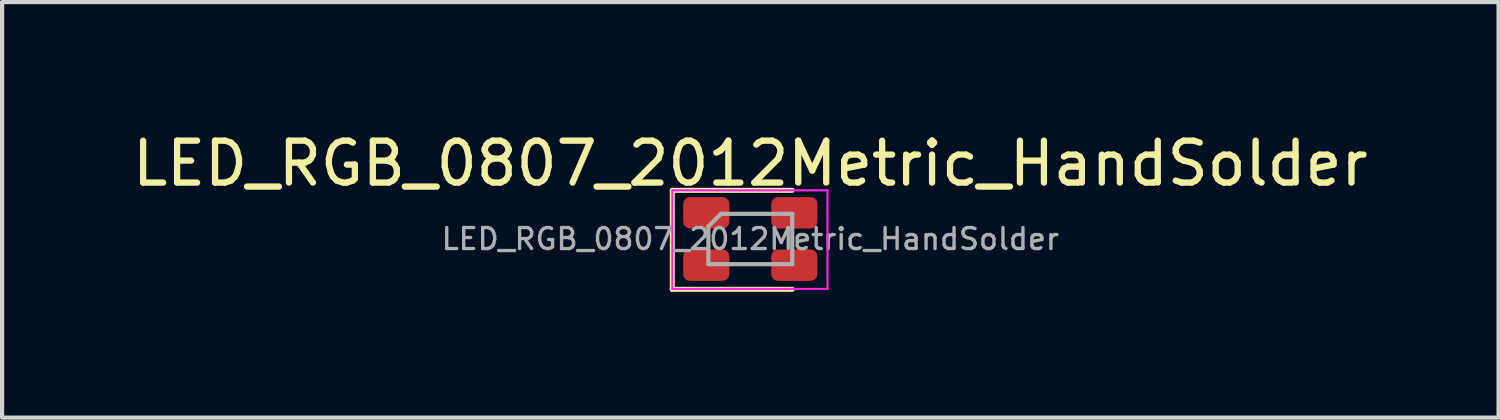
<source format=kicad_pcb>
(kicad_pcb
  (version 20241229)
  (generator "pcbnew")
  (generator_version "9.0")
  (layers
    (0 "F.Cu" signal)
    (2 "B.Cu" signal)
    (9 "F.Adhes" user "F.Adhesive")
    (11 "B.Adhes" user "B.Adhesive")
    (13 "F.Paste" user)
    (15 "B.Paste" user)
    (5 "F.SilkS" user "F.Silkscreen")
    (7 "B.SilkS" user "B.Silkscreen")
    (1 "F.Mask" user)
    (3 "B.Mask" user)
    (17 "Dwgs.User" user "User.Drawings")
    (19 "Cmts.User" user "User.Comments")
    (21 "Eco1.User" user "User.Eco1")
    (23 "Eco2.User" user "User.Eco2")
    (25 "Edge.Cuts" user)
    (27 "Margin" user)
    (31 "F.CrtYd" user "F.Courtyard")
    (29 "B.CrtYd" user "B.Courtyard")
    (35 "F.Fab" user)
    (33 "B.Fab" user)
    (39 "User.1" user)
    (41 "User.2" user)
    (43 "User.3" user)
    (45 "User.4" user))
  (footprint "LED_RGB_0807_2012Metric_HandSolder"
    (layer "F.Cu")
    (at 14.839 2.648)
    (property "Reference" "LED_RGB_0807_2012Metric_HandSolder" (at 0 -1.8 0) (layer "F.SilkS") (effects (font (size 1 1) (thickness 0.15))))
    (attr smd)
    (fp_line (start -1.86 -1.16) (end -1.86 1.2) (stroke (width 0.12) (type solid)) (layer "F.SilkS"))
    (fp_line (start -1.86 1.2) (end 1 1.2) (stroke (width 0.12) (type solid)) (layer "F.SilkS"))
    (fp_line (start 1 -1.16) (end -1.86 -1.16) (stroke (width 0.12) (type solid)) (layer "F.SilkS"))
    (fp_line (start -1.86 -1.16) (end 1.84 -1.16) (stroke (width 0.05) (type solid)) (layer "F.CrtYd"))
    (fp_line (start -1.86 1.19) (end -1.86 -1.16) (stroke (width 0.05) (type solid)) (layer "F.CrtYd"))
    (fp_line (start 1.84 -1.16) (end 1.84 1.19) (stroke (width 0.05) (type solid)) (layer "F.CrtYd"))
    (fp_line (start 1.84 1.19) (end -1.86 1.19) (stroke (width 0.05) (type solid)) (layer "F.CrtYd"))
    (fp_line (start -1 -0.3) (end -1 0.6) (stroke (width 0.1) (type solid)) (layer "F.Fab"))
    (fp_line (start -1 0.6) (end 1 0.6) (stroke (width 0.1) (type solid)) (layer "F.Fab"))
    (fp_line (start -0.7 -0.6) (end -1 -0.3) (stroke (width 0.1) (type solid)) (layer "F.Fab"))
    (fp_line (start 1 -0.6) (end -0.7 -0.6) (stroke (width 0.1) (type solid)) (layer "F.Fab"))
    (fp_line (start 1 0.6) (end 1 -0.6) (stroke (width 0.1) (type solid)) (layer "F.Fab"))
    (fp_text user "${REFERENCE}" (at 0 0 0) (layer "F.Fab") (effects (font (size 0.5 0.5) (thickness 0.08))))
    (pad "1" smd roundrect (at -1.05 -0.625) (size 1.1 0.75) (layers "F.Cu" "F.Mask" "F.Paste") (roundrect_rratio 0.217))
    (pad "1" smd roundrect (at -1.05 0.625) (size 1.1 0.75) (layers "F.Cu" "F.Mask" "F.Paste") (roundrect_rratio 0.217))
    (pad "2" smd roundrect (at 1.05 -0.625) (size 1.1 0.75) (layers "F.Cu" "F.Mask" "F.Paste") (roundrect_rratio 0.217))
    (pad "2" smd roundrect (at 1.05 0.625) (size 1.1 0.75) (layers "F.Cu" "F.Mask" "F.Paste") (roundrect_rratio 0.217)))
  (gr_rect
    (start -3 -3)
    (end 32.679 6.908)
    (stroke (width 0.1) (type default))
    (fill no)
    (layer "Edge.Cuts")))
</source>
